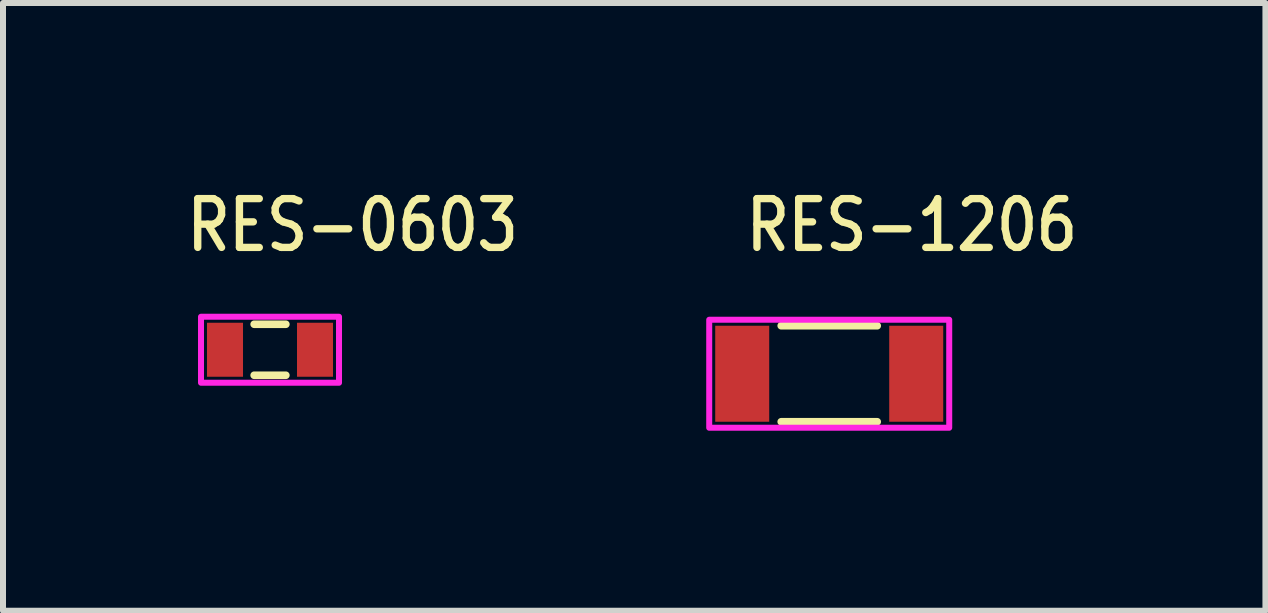
<source format=kicad_pcb>
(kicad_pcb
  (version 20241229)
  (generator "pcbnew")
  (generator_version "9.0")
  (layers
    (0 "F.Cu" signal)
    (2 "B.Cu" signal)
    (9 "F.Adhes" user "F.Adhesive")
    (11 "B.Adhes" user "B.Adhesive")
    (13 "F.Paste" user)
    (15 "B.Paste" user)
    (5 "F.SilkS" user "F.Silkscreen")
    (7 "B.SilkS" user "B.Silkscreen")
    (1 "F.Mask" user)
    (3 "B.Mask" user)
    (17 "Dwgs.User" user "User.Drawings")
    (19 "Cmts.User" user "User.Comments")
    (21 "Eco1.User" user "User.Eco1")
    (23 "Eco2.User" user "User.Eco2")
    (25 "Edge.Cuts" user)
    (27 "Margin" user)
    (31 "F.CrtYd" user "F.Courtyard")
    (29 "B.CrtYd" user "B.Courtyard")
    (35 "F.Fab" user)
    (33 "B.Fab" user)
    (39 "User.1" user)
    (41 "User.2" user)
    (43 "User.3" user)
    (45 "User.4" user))
  (footprint "RES-1206"
    (layer "F.Cu")
    (at 10.77 3.179)
    (property "Reference" "RES-1206" (at -1.45 -2 0) (unlocked yes) (layer "F.SilkS") (effects (font (size 0.813 0.695) (thickness 0.122)) (justify left bottom)))
    (fp_line (start -0.8 -0.8) (end 0.8 -0.8) (stroke (width 0.127) (type solid)) (layer "F.SilkS"))
    (fp_line (start -0.8 0.8) (end 0.8 0.8) (stroke (width 0.127) (type solid)) (layer "F.SilkS"))
    (fp_poly (pts (xy -2 -0.9) (xy 2 -0.9) (xy 2 0.9) (xy -2 0.9)) (stroke (width 0.1) (type solid)) (fill no) (layer "F.CrtYd"))
    (pad "P$1" smd rect (at -1.45 0) (size 0.9 1.6) (layers "F.Cu" "F.Mask" "F.Paste"))
    (pad "P$2" smd rect (at 1.45 0) (size 0.9 1.6) (layers "F.Cu" "F.Mask" "F.Paste")))
  (footprint "RES-0603"
    (layer "F.Cu")
    (at 1.45 2.779)
    (property "Reference" "RES-0603" (at -1.45 -1.6 0) (unlocked yes) (layer "F.SilkS") (effects (font (size 0.813 0.695) (thickness 0.122)) (justify left bottom)))
    (fp_line (start -0.264 -0.425) (end 0.264 -0.425) (stroke (width 0.127) (type solid)) (layer "F.SilkS"))
    (fp_line (start -0.264 0.425) (end 0.264 0.425) (stroke (width 0.127) (type solid)) (layer "F.SilkS"))
    (fp_poly (pts (xy -1.15 -0.55) (xy 1.15 -0.55) (xy 1.15 0.55) (xy -1.15 0.55)) (stroke (width 0.1) (type solid)) (fill no) (layer "F.CrtYd"))
    (pad "P$1" smd rect (at -0.75 0) (size 0.6 0.9) (layers "F.Cu" "F.Mask" "F.Paste"))
    (pad "P$2" smd rect (at 0.75 0) (size 0.6 0.9) (layers "F.Cu" "F.Mask" "F.Paste")))
  (gr_rect
    (start -3 -3)
    (end 18.04 7.129)
    (stroke (width 0.1) (type default))
    (fill no)
    (layer "Edge.Cuts")))
</source>
